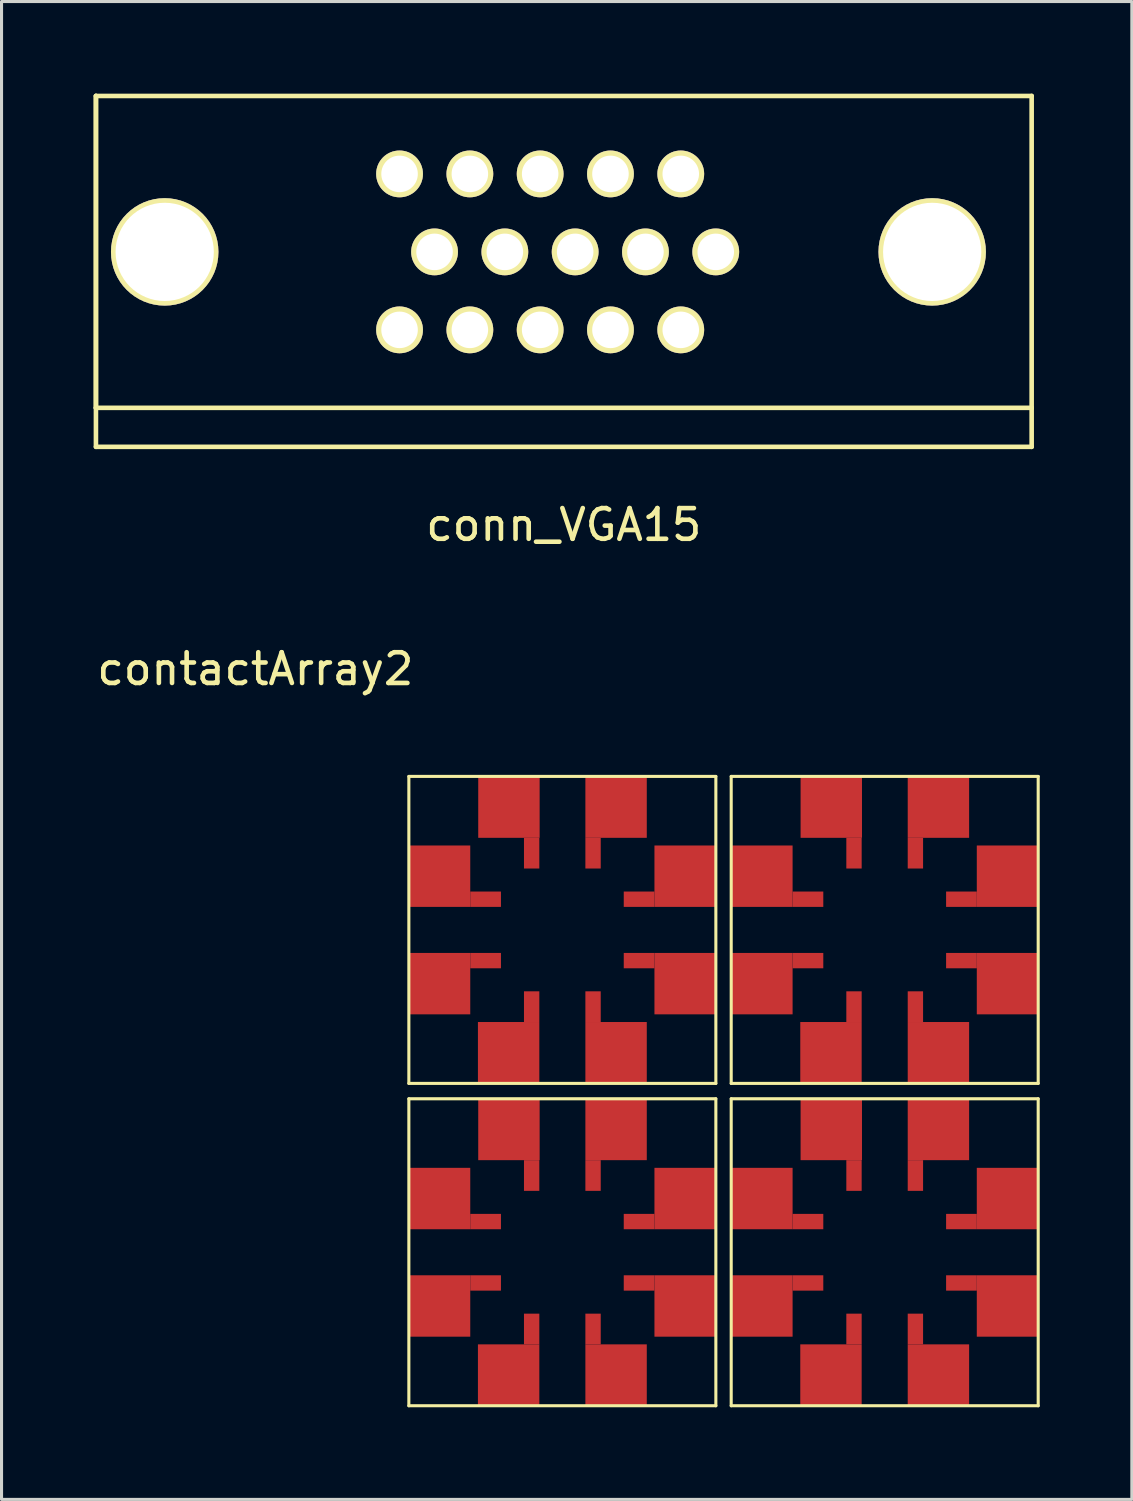
<source format=kicad_pcb>
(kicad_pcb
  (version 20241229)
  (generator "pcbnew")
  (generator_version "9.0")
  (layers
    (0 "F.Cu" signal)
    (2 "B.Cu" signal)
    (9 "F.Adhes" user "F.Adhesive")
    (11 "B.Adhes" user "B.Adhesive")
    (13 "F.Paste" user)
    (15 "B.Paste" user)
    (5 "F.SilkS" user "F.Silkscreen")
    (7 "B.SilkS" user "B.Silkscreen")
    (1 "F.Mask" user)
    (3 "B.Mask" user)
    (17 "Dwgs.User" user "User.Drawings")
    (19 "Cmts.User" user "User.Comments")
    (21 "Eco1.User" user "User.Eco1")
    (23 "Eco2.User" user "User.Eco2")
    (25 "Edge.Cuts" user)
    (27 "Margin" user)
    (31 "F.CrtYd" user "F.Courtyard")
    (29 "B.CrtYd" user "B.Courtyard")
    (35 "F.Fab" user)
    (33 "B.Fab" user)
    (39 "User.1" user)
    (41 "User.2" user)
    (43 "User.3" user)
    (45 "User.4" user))
  (footprint "contactArray2"
    (layer "F.Cu")
    (at 15.268 27.241)
    (property "Reference" "contactArray2" (at -10 -8.5 0) (layer "F.SilkS") (effects (font (size 1 1) (thickness 0.15))))
    (attr through_hole)
    (fp_line (start -5 -5) (end 5 -5) (stroke (width 0.1) (type solid)) (layer "F.SilkS"))
    (fp_line (start -5 5) (end -5 -5) (stroke (width 0.1) (type solid)) (layer "F.SilkS"))
    (fp_line (start -5 5.5) (end 5 5.5) (stroke (width 0.1) (type solid)) (layer "F.SilkS"))
    (fp_line (start -5 15.5) (end -5 5.5) (stroke (width 0.1) (type solid)) (layer "F.SilkS"))
    (fp_line (start 5 -5) (end 5 5) (stroke (width 0.1) (type solid)) (layer "F.SilkS"))
    (fp_line (start 5 5) (end -5 5) (stroke (width 0.1) (type solid)) (layer "F.SilkS"))
    (fp_line (start 5 5.5) (end 5 15.5) (stroke (width 0.1) (type solid)) (layer "F.SilkS"))
    (fp_line (start 5 15.5) (end -5 15.5) (stroke (width 0.1) (type solid)) (layer "F.SilkS"))
    (fp_line (start 5.5 -5) (end 15.5 -5) (stroke (width 0.1) (type solid)) (layer "F.SilkS"))
    (fp_line (start 5.5 5) (end 5.5 -5) (stroke (width 0.1) (type solid)) (layer "F.SilkS"))
    (fp_line (start 5.5 5.5) (end 15.5 5.5) (stroke (width 0.1) (type solid)) (layer "F.SilkS"))
    (fp_line (start 5.5 15.5) (end 5.5 5.5) (stroke (width 0.1) (type solid)) (layer "F.SilkS"))
    (fp_line (start 15.5 -5) (end 15.5 5) (stroke (width 0.1) (type solid)) (layer "F.SilkS"))
    (fp_line (start 15.5 5) (end 5.5 5) (stroke (width 0.1) (type solid)) (layer "F.SilkS"))
    (fp_line (start 15.5 5.5) (end 15.5 15.5) (stroke (width 0.1) (type solid)) (layer "F.SilkS"))
    (fp_line (start 15.5 15.5) (end 5.5 15.5) (stroke (width 0.1) (type solid)) (layer "F.SilkS"))
    (pad "1" smd rect (at -1.74 -4) (size 2 2) (layers "F.Cu" "F.Mask" "F.Paste"))
    (pad "1" smd rect (at -1.74 6.5) (size 2 2) (layers "F.Cu" "F.Mask" "F.Paste"))
    (pad "1" smd rect (at -1 -2.5) (size 0.5 1) (layers "F.Cu" "F.Mask" "F.Paste"))
    (pad "1" smd rect (at -1 8) (size 0.5 1) (layers "F.Cu" "F.Mask" "F.Paste"))
    (pad "1" smd rect (at 8.76 -4) (size 2 2) (layers "F.Cu" "F.Mask" "F.Paste"))
    (pad "1" smd rect (at 8.76 6.5) (size 2 2) (layers "F.Cu" "F.Mask" "F.Paste"))
    (pad "1" smd rect (at 9.5 -2.5) (size 0.5 1) (layers "F.Cu" "F.Mask" "F.Paste"))
    (pad "1" smd rect (at 9.5 8) (size 0.5 1) (layers "F.Cu" "F.Mask" "F.Paste"))
    (pad "2" smd rect (at 1 -2.5) (size 0.5 1) (layers "F.Cu" "F.Mask" "F.Paste"))
    (pad "2" smd rect (at 1 8) (size 0.5 1) (layers "F.Cu" "F.Mask" "F.Paste"))
    (pad "2" smd rect (at 1.75 -4) (size 2 2) (layers "F.Cu" "F.Mask" "F.Paste"))
    (pad "2" smd rect (at 1.75 6.5) (size 2 2) (layers "F.Cu" "F.Mask" "F.Paste"))
    (pad "2" smd rect (at 11.5 -2.5) (size 0.5 1) (layers "F.Cu" "F.Mask" "F.Paste"))
    (pad "2" smd rect (at 11.5 8) (size 0.5 1) (layers "F.Cu" "F.Mask" "F.Paste"))
    (pad "2" smd rect (at 12.25 -4) (size 2 2) (layers "F.Cu" "F.Mask" "F.Paste"))
    (pad "2" smd rect (at 12.25 6.5) (size 2 2) (layers "F.Cu" "F.Mask" "F.Paste"))
    (pad "3" smd rect (at 2.5 -1) (size 1 0.5) (layers "F.Cu" "F.Mask" "F.Paste"))
    (pad "3" smd rect (at 2.5 9.5) (size 1 0.5) (layers "F.Cu" "F.Mask" "F.Paste"))
    (pad "3" smd rect (at 4 -1.75) (size 2 2) (layers "F.Cu" "F.Mask" "F.Paste"))
    (pad "3" smd rect (at 4 8.75) (size 2 2) (layers "F.Cu" "F.Mask" "F.Paste"))
    (pad "3" smd rect (at 13 -1) (size 1 0.5) (layers "F.Cu" "F.Mask" "F.Paste"))
    (pad "3" smd rect (at 13 9.5) (size 1 0.5) (layers "F.Cu" "F.Mask" "F.Paste"))
    (pad "3" smd rect (at 14.5 -1.75) (size 2 2) (layers "F.Cu" "F.Mask" "F.Paste"))
    (pad "3" smd rect (at 14.5 8.75) (size 2 2) (layers "F.Cu" "F.Mask" "F.Paste"))
    (pad "4" smd rect (at 2.5 1) (size 1 0.5) (layers "F.Cu" "F.Mask" "F.Paste"))
    (pad "4" smd rect (at 2.5 11.5) (size 1 0.5) (layers "F.Cu" "F.Mask" "F.Paste"))
    (pad "4" smd rect (at 4 1.75) (size 2 2) (layers "F.Cu" "F.Mask" "F.Paste"))
    (pad "4" smd rect (at 4 12.25) (size 2 2) (layers "F.Cu" "F.Mask" "F.Paste"))
    (pad "4" smd rect (at 13 1) (size 1 0.5) (layers "F.Cu" "F.Mask" "F.Paste"))
    (pad "4" smd rect (at 13 11.5) (size 1 0.5) (layers "F.Cu" "F.Mask" "F.Paste"))
    (pad "4" smd rect (at 14.5 1.75) (size 2 2) (layers "F.Cu" "F.Mask" "F.Paste"))
    (pad "4" smd rect (at 14.5 12.25) (size 2 2) (layers "F.Cu" "F.Mask" "F.Paste"))
    (pad "5" smd rect (at 1 2.5) (size 0.5 1) (layers "F.Cu" "F.Mask" "F.Paste"))
    (pad "5" smd rect (at 1 13) (size 0.5 1) (layers "F.Cu" "F.Mask" "F.Paste"))
    (pad "5" smd rect (at 1.75 4) (size 2 2) (layers "F.Cu" "F.Mask" "F.Paste"))
    (pad "5" smd rect (at 1.75 14.5) (size 2 2) (layers "F.Cu" "F.Mask" "F.Paste"))
    (pad "5" smd rect (at 11.5 2.5) (size 0.5 1) (layers "F.Cu" "F.Mask" "F.Paste"))
    (pad "5" smd rect (at 11.5 13) (size 0.5 1) (layers "F.Cu" "F.Mask" "F.Paste"))
    (pad "5" smd rect (at 12.25 4) (size 2 2) (layers "F.Cu" "F.Mask" "F.Paste"))
    (pad "5" smd rect (at 12.25 14.5) (size 2 2) (layers "F.Cu" "F.Mask" "F.Paste"))
    (pad "6" smd rect (at -1.75 4) (size 2 2) (layers "F.Cu" "F.Mask" "F.Paste"))
    (pad "6" smd rect (at -1.75 14.5) (size 2 2) (layers "F.Cu" "F.Mask" "F.Paste"))
    (pad "6" smd rect (at -1 2.5) (size 0.5 1) (layers "F.Cu" "F.Mask" "F.Paste"))
    (pad "6" smd rect (at -1 13) (size 0.5 1) (layers "F.Cu" "F.Mask" "F.Paste"))
    (pad "6" smd rect (at 8.75 4) (size 2 2) (layers "F.Cu" "F.Mask" "F.Paste"))
    (pad "6" smd rect (at 8.75 14.5) (size 2 2) (layers "F.Cu" "F.Mask" "F.Paste"))
    (pad "6" smd rect (at 9.5 2.5) (size 0.5 1) (layers "F.Cu" "F.Mask" "F.Paste"))
    (pad "6" smd rect (at 9.5 13) (size 0.5 1) (layers "F.Cu" "F.Mask" "F.Paste"))
    (pad "7" smd rect (at -4 1.75) (size 2 2) (layers "F.Cu" "F.Mask" "F.Paste"))
    (pad "7" smd rect (at -4 12.25) (size 2 2) (layers "F.Cu" "F.Mask" "F.Paste"))
    (pad "7" smd rect (at -2.5 1) (size 1 0.5) (layers "F.Cu" "F.Mask" "F.Paste"))
    (pad "7" smd rect (at -2.5 11.5) (size 1 0.5) (layers "F.Cu" "F.Mask" "F.Paste"))
    (pad "7" smd rect (at 6.5 1.75) (size 2 2) (layers "F.Cu" "F.Mask" "F.Paste"))
    (pad "7" smd rect (at 6.5 12.25) (size 2 2) (layers "F.Cu" "F.Mask" "F.Paste"))
    (pad "7" smd rect (at 8 1) (size 1 0.5) (layers "F.Cu" "F.Mask" "F.Paste"))
    (pad "7" smd rect (at 8 11.5) (size 1 0.5) (layers "F.Cu" "F.Mask" "F.Paste"))
    (pad "8" smd rect (at -4 -1.75) (size 2 2) (layers "F.Cu" "F.Mask" "F.Paste"))
    (pad "8" smd rect (at -4 8.75) (size 2 2) (layers "F.Cu" "F.Mask" "F.Paste"))
    (pad "8" smd rect (at -2.5 -1) (size 1 0.5) (layers "F.Cu" "F.Mask" "F.Paste"))
    (pad "8" smd rect (at -2.5 9.5) (size 1 0.5) (layers "F.Cu" "F.Mask" "F.Paste"))
    (pad "8" smd rect (at 6.5 -1.75) (size 2 2) (layers "F.Cu" "F.Mask" "F.Paste"))
    (pad "8" smd rect (at 6.5 8.75) (size 2 2) (layers "F.Cu" "F.Mask" "F.Paste"))
    (pad "8" smd rect (at 8 -1) (size 1 0.5) (layers "F.Cu" "F.Mask" "F.Paste"))
    (pad "8" smd rect (at 8 9.5) (size 1 0.5) (layers "F.Cu" "F.Mask" "F.Paste")))
  (footprint "conn_VGA15"
    (layer "F.Cu")
    (at 15.315 5.155)
    (property "Reference" "conn_VGA15" (at 0 8.89 0) (layer "F.SilkS") (effects (font (size 1 1) (thickness 0.15))))
    (attr through_hole)
    (fp_line (start -15.24 -5.08) (end -15.24 5.08) (stroke (width 0.15) (type solid)) (layer "F.SilkS"))
    (fp_line (start -15.24 -5.08) (end 15.24 -5.08) (stroke (width 0.15) (type solid)) (layer "F.SilkS"))
    (fp_line (start -15.24 5.08) (end -15.24 -5.08) (stroke (width 0.15) (type solid)) (layer "F.SilkS"))
    (fp_line (start -15.24 5.08) (end -15.24 6.35) (stroke (width 0.15) (type solid)) (layer "F.SilkS"))
    (fp_line (start -15.24 6.35) (end 15.24 6.35) (stroke (width 0.15) (type solid)) (layer "F.SilkS"))
    (fp_line (start 15.24 -5.08) (end 15.24 5.08) (stroke (width 0.15) (type solid)) (layer "F.SilkS"))
    (fp_line (start 15.24 5.08) (end -15.24 5.08) (stroke (width 0.15) (type solid)) (layer "F.SilkS"))
    (fp_line (start 15.24 6.35) (end 15.24 5.08) (stroke (width 0.15) (type solid)) (layer "F.SilkS"))
    (pad "" thru_hole circle (at -13 0) (size 3.5 3.5) (drill 3.2) (layers "*.Cu" "*.Mask" "F.SilkS"))
    (pad "" thru_hole circle (at 12 0) (size 3.5 3.5) (drill 3.2) (layers "*.Cu" "*.Mask" "F.SilkS"))
    (pad "1" thru_hole circle (at 3.81 -2.54) (size 1.524 1.524) (drill 1.19) (layers "*.Cu" "*.Mask" "F.SilkS"))
    (pad "2" thru_hole circle (at 1.52 -2.54) (size 1.524 1.524) (drill 1.19) (layers "*.Cu" "*.Mask" "F.SilkS"))
    (pad "3" thru_hole circle (at -0.77 -2.54) (size 1.524 1.524) (drill 1.19) (layers "*.Cu" "*.Mask" "F.SilkS"))
    (pad "4" thru_hole circle (at -3.06 -2.54) (size 1.524 1.524) (drill 1.19) (layers "*.Cu" "*.Mask" "F.SilkS"))
    (pad "5" thru_hole circle (at -5.35 -2.54) (size 1.524 1.524) (drill 1.19) (layers "*.Cu" "*.Mask" "F.SilkS"))
    (pad "6" thru_hole circle (at 4.95 0) (size 1.524 1.524) (drill 1.19) (layers "*.Cu" "*.Mask" "F.SilkS"))
    (pad "7" thru_hole circle (at 2.66 0) (size 1.524 1.524) (drill 1.19) (layers "*.Cu" "*.Mask" "F.SilkS"))
    (pad "8" thru_hole circle (at 0.37 0) (size 1.524 1.524) (drill 1.19) (layers "*.Cu" "*.Mask" "F.SilkS"))
    (pad "9" thru_hole circle (at -1.92 0) (size 1.524 1.524) (drill 1.19) (layers "*.Cu" "*.Mask" "F.SilkS"))
    (pad "10" thru_hole circle (at -4.21 0) (size 1.524 1.524) (drill 1.19) (layers "*.Cu" "*.Mask" "F.SilkS"))
    (pad "11" thru_hole circle (at 3.81 2.54) (size 1.524 1.524) (drill 1.19) (layers "*.Cu" "*.Mask" "F.SilkS"))
    (pad "12" thru_hole circle (at 1.52 2.54) (size 1.524 1.524) (drill 1.19) (layers "*.Cu" "*.Mask" "F.SilkS"))
    (pad "13" thru_hole circle (at -0.77 2.54) (size 1.524 1.524) (drill 1.19) (layers "*.Cu" "*.Mask" "F.SilkS"))
    (pad "14" thru_hole circle (at -3.06 2.54) (size 1.524 1.524) (drill 1.19) (layers "*.Cu" "*.Mask" "F.SilkS"))
    (pad "15" thru_hole circle (at -5.35 2.54) (size 1.524 1.524) (drill 1.19) (layers "*.Cu" "*.Mask" "F.SilkS")))
  (gr_rect
    (start -3 -3)
    (end 33.818 45.791)
    (stroke (width 0.1) (type default))
    (fill no)
    (layer "Edge.Cuts")))
</source>
